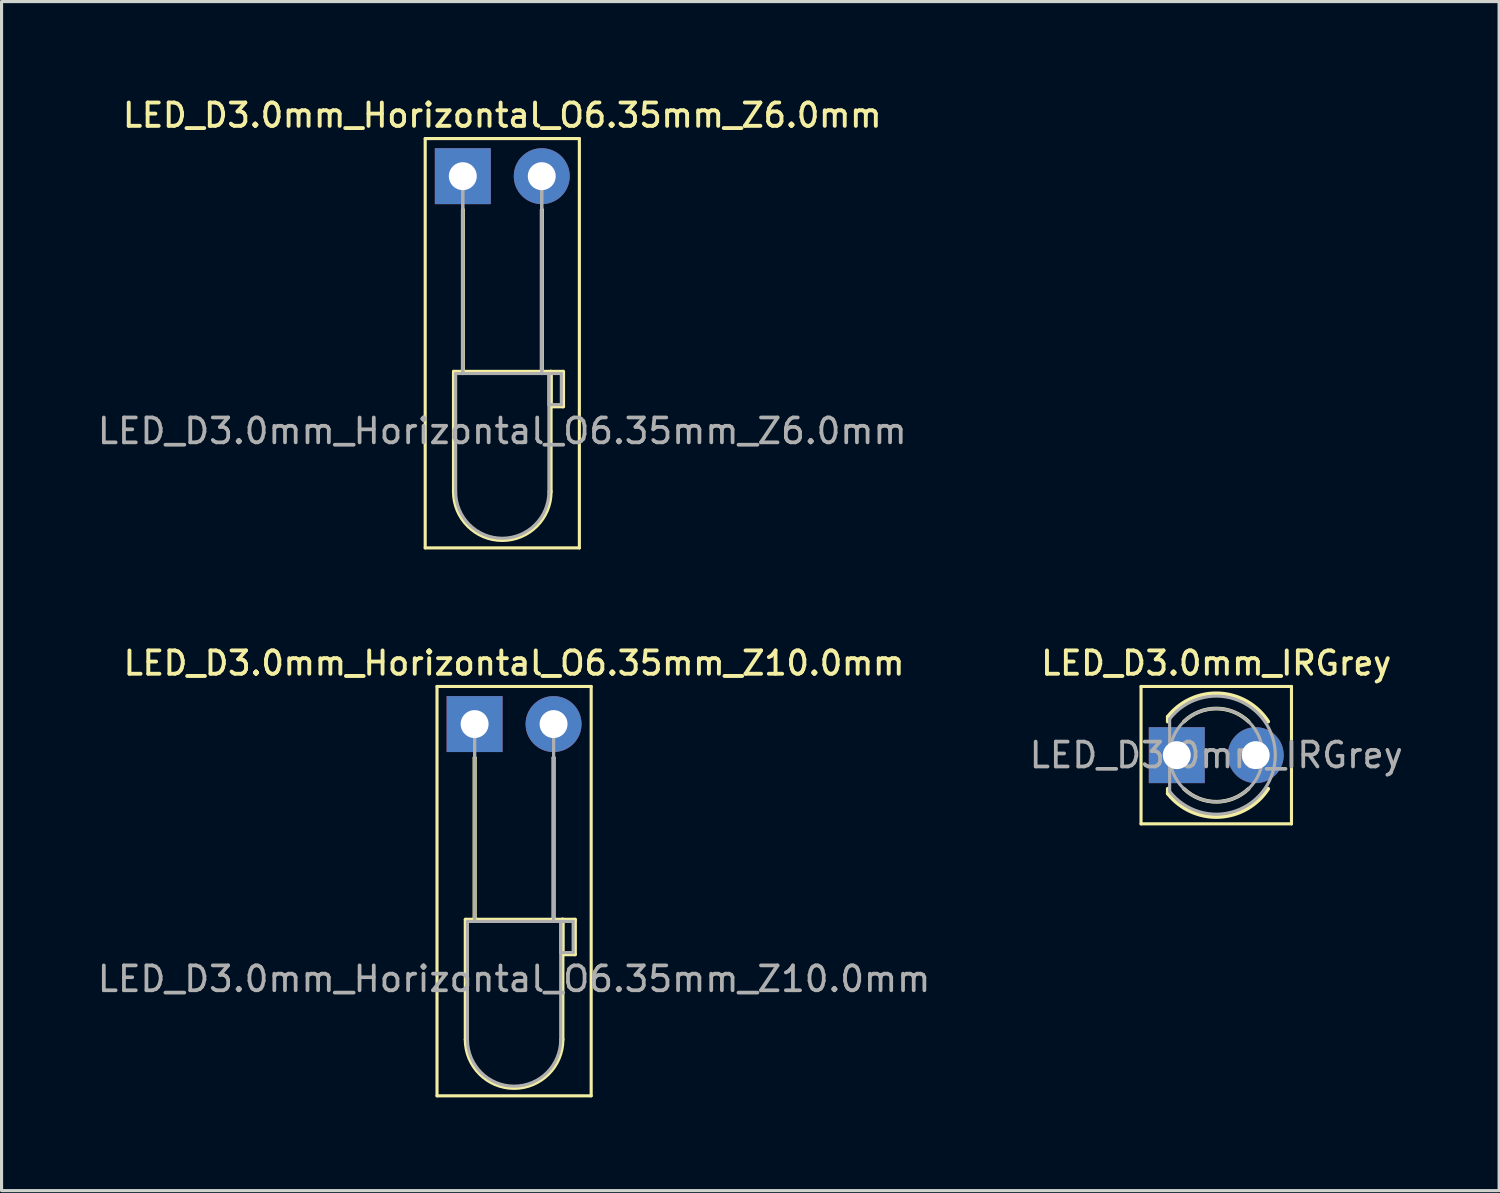
<source format=kicad_pcb>
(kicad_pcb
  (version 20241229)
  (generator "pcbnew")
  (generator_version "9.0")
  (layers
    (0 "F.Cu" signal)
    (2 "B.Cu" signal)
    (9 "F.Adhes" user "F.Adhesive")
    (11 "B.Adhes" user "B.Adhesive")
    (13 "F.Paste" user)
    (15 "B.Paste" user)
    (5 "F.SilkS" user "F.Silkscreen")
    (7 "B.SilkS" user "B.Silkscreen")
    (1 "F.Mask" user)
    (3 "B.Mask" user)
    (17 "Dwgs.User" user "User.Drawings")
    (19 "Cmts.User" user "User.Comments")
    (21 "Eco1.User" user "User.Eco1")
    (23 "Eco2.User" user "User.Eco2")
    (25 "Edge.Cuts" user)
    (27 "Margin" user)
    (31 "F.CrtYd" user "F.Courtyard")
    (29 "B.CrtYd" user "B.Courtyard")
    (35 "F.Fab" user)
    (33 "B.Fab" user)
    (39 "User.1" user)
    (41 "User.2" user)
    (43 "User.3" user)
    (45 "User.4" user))
  (footprint "LED_D3.0mm_Horizontal_O6.35mm_Z6.0mm"
    (layer "F.Cu")
    (at 11.84 2.618)
    (property "Reference" "LED_D3.0mm_Horizontal_O6.35mm_Z6.0mm" (at 1.27 -1.96 0) (layer "F.SilkS") (effects (font (size 0.75 0.75) (thickness 0.125))))
    (attr through_hole)
    (fp_line (start -1.21 -1.21) (end -1.21 11.96) (stroke (width 0.1) (type solid)) (layer "F.SilkS"))
    (fp_line (start -1.21 11.96) (end 3.75 11.96) (stroke (width 0.1) (type solid)) (layer "F.SilkS"))
    (fp_line (start -0.29 6.29) (end -0.29 10.15) (stroke (width 0.12) (type solid)) (layer "F.SilkS"))
    (fp_line (start -0.29 6.29) (end 2.83 6.29) (stroke (width 0.12) (type solid)) (layer "F.SilkS"))
    (fp_line (start 0 1.08) (end 0 1.08) (stroke (width 0.12) (type solid)) (layer "F.SilkS"))
    (fp_line (start 0 1.08) (end 0 6.29) (stroke (width 0.12) (type solid)) (layer "F.SilkS"))
    (fp_line (start 0 6.29) (end 0 1.08) (stroke (width 0.12) (type solid)) (layer "F.SilkS"))
    (fp_line (start 0 6.29) (end 0 6.29) (stroke (width 0.12) (type solid)) (layer "F.SilkS"))
    (fp_line (start 2.54 1.08) (end 2.54 1.08) (stroke (width 0.12) (type solid)) (layer "F.SilkS"))
    (fp_line (start 2.54 1.08) (end 2.54 6.29) (stroke (width 0.12) (type solid)) (layer "F.SilkS"))
    (fp_line (start 2.54 6.29) (end 2.54 1.08) (stroke (width 0.12) (type solid)) (layer "F.SilkS"))
    (fp_line (start 2.54 6.29) (end 2.54 6.29) (stroke (width 0.12) (type solid)) (layer "F.SilkS"))
    (fp_line (start 2.83 6.29) (end 2.83 10.15) (stroke (width 0.12) (type solid)) (layer "F.SilkS"))
    (fp_line (start 2.83 6.29) (end 3.23 6.29) (stroke (width 0.12) (type solid)) (layer "F.SilkS"))
    (fp_line (start 2.83 7.41) (end 2.83 6.29) (stroke (width 0.12) (type solid)) (layer "F.SilkS"))
    (fp_line (start 3.23 6.29) (end 3.23 7.41) (stroke (width 0.12) (type solid)) (layer "F.SilkS"))
    (fp_line (start 3.23 7.41) (end 2.83 7.41) (stroke (width 0.12) (type solid)) (layer "F.SilkS"))
    (fp_line (start 3.75 -1.21) (end -1.21 -1.21) (stroke (width 0.1) (type solid)) (layer "F.SilkS"))
    (fp_line (start 3.75 11.96) (end 3.75 -1.21) (stroke (width 0.1) (type solid)) (layer "F.SilkS"))
    (fp_arc (start 2.83 10.15) (mid 1.27 11.71) (end -0.29 10.15) (stroke (width 0.12) (type solid)) (layer "F.SilkS"))
    (fp_line (start -0.23 6.35) (end -0.23 10.15) (stroke (width 0.1) (type solid)) (layer "F.Fab"))
    (fp_line (start -0.23 6.35) (end 2.77 6.35) (stroke (width 0.1) (type solid)) (layer "F.Fab"))
    (fp_line (start 0 0) (end 0 0) (stroke (width 0.1) (type solid)) (layer "F.Fab"))
    (fp_line (start 0 0) (end 0 6.35) (stroke (width 0.1) (type solid)) (layer "F.Fab"))
    (fp_line (start 0 6.35) (end 0 0) (stroke (width 0.1) (type solid)) (layer "F.Fab"))
    (fp_line (start 0 6.35) (end 0 6.35) (stroke (width 0.1) (type solid)) (layer "F.Fab"))
    (fp_line (start 2.54 0) (end 2.54 0) (stroke (width 0.1) (type solid)) (layer "F.Fab"))
    (fp_line (start 2.54 0) (end 2.54 6.35) (stroke (width 0.1) (type solid)) (layer "F.Fab"))
    (fp_line (start 2.54 6.35) (end 2.54 0) (stroke (width 0.1) (type solid)) (layer "F.Fab"))
    (fp_line (start 2.54 6.35) (end 2.54 6.35) (stroke (width 0.1) (type solid)) (layer "F.Fab"))
    (fp_line (start 2.77 6.35) (end 2.77 10.15) (stroke (width 0.1) (type solid)) (layer "F.Fab"))
    (fp_line (start 2.77 6.35) (end 3.17 6.35) (stroke (width 0.1) (type solid)) (layer "F.Fab"))
    (fp_line (start 2.77 7.35) (end 2.77 6.35) (stroke (width 0.1) (type solid)) (layer "F.Fab"))
    (fp_line (start 3.17 6.35) (end 3.17 7.35) (stroke (width 0.1) (type solid)) (layer "F.Fab"))
    (fp_line (start 3.17 7.35) (end 2.77 7.35) (stroke (width 0.1) (type solid)) (layer "F.Fab"))
    (fp_arc (start 2.77 10.15) (mid 1.27 11.65) (end -0.23 10.15) (stroke (width 0.1) (type solid)) (layer "F.Fab"))
    (fp_text user "${REFERENCE}" (at 1.27 8.2 0) (layer "F.Fab") (effects (font (size 0.8 0.8) (thickness 0.12))))
    (pad "1" thru_hole rect (at 0 0) (size 1.8 1.8) (drill 0.9) (layers "*.Cu" "*.Mask"))
    (pad "2" thru_hole circle (at 2.54 0) (size 1.8 1.8) (drill 0.9) (layers "*.Cu" "*.Mask")))
  (footprint "LED_D3.0mm_IRGrey"
    (layer "F.Cu")
    (at 34.811 21.246)
    (property "Reference" "LED_D3.0mm_IRGrey" (at 1.27 -2.96 0) (layer "F.SilkS") (effects (font (size 0.75 0.75) (thickness 0.125))))
    (attr through_hole)
    (fp_line (start -1.15 -2.21) (end -1.15 2.21) (stroke (width 0.1) (type solid)) (layer "F.SilkS"))
    (fp_line (start -1.15 2.21) (end 3.69 2.21) (stroke (width 0.1) (type solid)) (layer "F.SilkS"))
    (fp_line (start -0.29 -1.236) (end -0.29 -1.08) (stroke (width 0.12) (type solid)) (layer "F.SilkS"))
    (fp_line (start -0.29 1.08) (end -0.29 1.236) (stroke (width 0.12) (type solid)) (layer "F.SilkS"))
    (fp_line (start 3.69 -2.21) (end -1.15 -2.21) (stroke (width 0.1) (type solid)) (layer "F.SilkS"))
    (fp_line (start 3.69 2.21) (end 3.69 -2.21) (stroke (width 0.1) (type solid)) (layer "F.SilkS"))
    (fp_arc (start -0.29 -1.235516) (mid 1.365624 -1.987701) (end 2.941397 -1.080061) (stroke (width 0.12) (type solid)) (layer "F.SilkS"))
    (fp_arc (start 0.229039 -1.08) (mid 1.269964 -1.5) (end 2.31091 -1.080049) (stroke (width 0.12) (type solid)) (layer "F.SilkS"))
    (fp_arc (start 2.31091 1.080049) (mid 1.269964 1.5) (end 0.229039 1.08) (stroke (width 0.12) (type solid)) (layer "F.SilkS"))
    (fp_arc (start 2.941397 1.080061) (mid 1.365624 1.987701) (end -0.29 1.235516) (stroke (width 0.12) (type solid)) (layer "F.SilkS"))
    (fp_line (start -0.23 -1.166) (end -0.23 1.166) (stroke (width 0.1) (type solid)) (layer "F.Fab"))
    (fp_arc (start -0.23 -1.16619) (mid 3.17 -0.000037) (end -0.229955 1.166249) (stroke (width 0.1) (type solid)) (layer "F.Fab"))
    (fp_circle (center 1.27 0) (end 2.77 0) (stroke (width 0.1) (type solid)) (fill no) (layer "F.Fab"))
    (fp_text user "${REFERENCE}" (at 1.27 0 0) (layer "F.Fab") (effects (font (size 0.8 0.8) (thickness 0.12))))
    (pad "1" thru_hole rect (at 0 0) (size 1.8 1.8) (drill 0.9) (layers "*.Cu" "*.Mask"))
    (pad "2" thru_hole circle (at 2.54 0) (size 1.8 1.8) (drill 0.9) (layers "*.Cu" "*.Mask")))
  (footprint "LED_D3.0mm_Horizontal_O6.35mm_Z10.0mm"
    (layer "F.Cu")
    (at 12.22 20.246)
    (property "Reference" "LED_D3.0mm_Horizontal_O6.35mm_Z10.0mm" (at 1.27 -1.96 0) (layer "F.SilkS") (effects (font (size 0.75 0.75) (thickness 0.125))))
    (attr through_hole)
    (fp_line (start -1.21 -1.21) (end -1.21 11.96) (stroke (width 0.1) (type solid)) (layer "F.SilkS"))
    (fp_line (start -1.21 11.96) (end 3.75 11.96) (stroke (width 0.1) (type solid)) (layer "F.SilkS"))
    (fp_line (start -0.29 6.29) (end -0.29 10.15) (stroke (width 0.12) (type solid)) (layer "F.SilkS"))
    (fp_line (start -0.29 6.29) (end 2.83 6.29) (stroke (width 0.12) (type solid)) (layer "F.SilkS"))
    (fp_line (start 0 1.08) (end 0 1.08) (stroke (width 0.12) (type solid)) (layer "F.SilkS"))
    (fp_line (start 0 1.08) (end 0 6.29) (stroke (width 0.12) (type solid)) (layer "F.SilkS"))
    (fp_line (start 0 6.29) (end 0 1.08) (stroke (width 0.12) (type solid)) (layer "F.SilkS"))
    (fp_line (start 0 6.29) (end 0 6.29) (stroke (width 0.12) (type solid)) (layer "F.SilkS"))
    (fp_line (start 2.54 1.08) (end 2.54 1.08) (stroke (width 0.12) (type solid)) (layer "F.SilkS"))
    (fp_line (start 2.54 1.08) (end 2.54 6.29) (stroke (width 0.12) (type solid)) (layer "F.SilkS"))
    (fp_line (start 2.54 6.29) (end 2.54 1.08) (stroke (width 0.12) (type solid)) (layer "F.SilkS"))
    (fp_line (start 2.54 6.29) (end 2.54 6.29) (stroke (width 0.12) (type solid)) (layer "F.SilkS"))
    (fp_line (start 2.83 6.29) (end 2.83 10.15) (stroke (width 0.12) (type solid)) (layer "F.SilkS"))
    (fp_line (start 2.83 6.29) (end 3.23 6.29) (stroke (width 0.12) (type solid)) (layer "F.SilkS"))
    (fp_line (start 2.83 7.41) (end 2.83 6.29) (stroke (width 0.12) (type solid)) (layer "F.SilkS"))
    (fp_line (start 3.23 6.29) (end 3.23 7.41) (stroke (width 0.12) (type solid)) (layer "F.SilkS"))
    (fp_line (start 3.23 7.41) (end 2.83 7.41) (stroke (width 0.12) (type solid)) (layer "F.SilkS"))
    (fp_line (start 3.75 -1.21) (end -1.21 -1.21) (stroke (width 0.1) (type solid)) (layer "F.SilkS"))
    (fp_line (start 3.75 11.96) (end 3.75 -1.21) (stroke (width 0.1) (type solid)) (layer "F.SilkS"))
    (fp_arc (start 2.83 10.15) (mid 1.27 11.71) (end -0.29 10.15) (stroke (width 0.12) (type solid)) (layer "F.SilkS"))
    (fp_line (start -0.23 6.35) (end -0.23 10.15) (stroke (width 0.1) (type solid)) (layer "F.Fab"))
    (fp_line (start -0.23 6.35) (end 2.77 6.35) (stroke (width 0.1) (type solid)) (layer "F.Fab"))
    (fp_line (start 0 0) (end 0 0) (stroke (width 0.1) (type solid)) (layer "F.Fab"))
    (fp_line (start 0 0) (end 0 6.35) (stroke (width 0.1) (type solid)) (layer "F.Fab"))
    (fp_line (start 0 6.35) (end 0 0) (stroke (width 0.1) (type solid)) (layer "F.Fab"))
    (fp_line (start 0 6.35) (end 0 6.35) (stroke (width 0.1) (type solid)) (layer "F.Fab"))
    (fp_line (start 2.54 0) (end 2.54 0) (stroke (width 0.1) (type solid)) (layer "F.Fab"))
    (fp_line (start 2.54 0) (end 2.54 6.35) (stroke (width 0.1) (type solid)) (layer "F.Fab"))
    (fp_line (start 2.54 6.35) (end 2.54 0) (stroke (width 0.1) (type solid)) (layer "F.Fab"))
    (fp_line (start 2.54 6.35) (end 2.54 6.35) (stroke (width 0.1) (type solid)) (layer "F.Fab"))
    (fp_line (start 2.77 6.35) (end 2.77 10.15) (stroke (width 0.1) (type solid)) (layer "F.Fab"))
    (fp_line (start 2.77 6.35) (end 3.17 6.35) (stroke (width 0.1) (type solid)) (layer "F.Fab"))
    (fp_line (start 2.77 7.35) (end 2.77 6.35) (stroke (width 0.1) (type solid)) (layer "F.Fab"))
    (fp_line (start 3.17 6.35) (end 3.17 7.35) (stroke (width 0.1) (type solid)) (layer "F.Fab"))
    (fp_line (start 3.17 7.35) (end 2.77 7.35) (stroke (width 0.1) (type solid)) (layer "F.Fab"))
    (fp_arc (start 2.77 10.15) (mid 1.27 11.65) (end -0.23 10.15) (stroke (width 0.1) (type solid)) (layer "F.Fab"))
    (fp_text user "${REFERENCE}" (at 1.27 8.2 0) (layer "F.Fab") (effects (font (size 0.8 0.8) (thickness 0.12))))
    (pad "1" thru_hole rect (at 0 0) (size 1.8 1.8) (drill 0.9) (layers "*.Cu" "*.Mask"))
    (pad "2" thru_hole circle (at 2.54 0) (size 1.8 1.8) (drill 0.9) (layers "*.Cu" "*.Mask")))
  (gr_rect
    (start -3 -3)
    (end 45.181 35.256)
    (stroke (width 0.1) (type default))
    (fill no)
    (layer "Edge.Cuts")))
</source>
